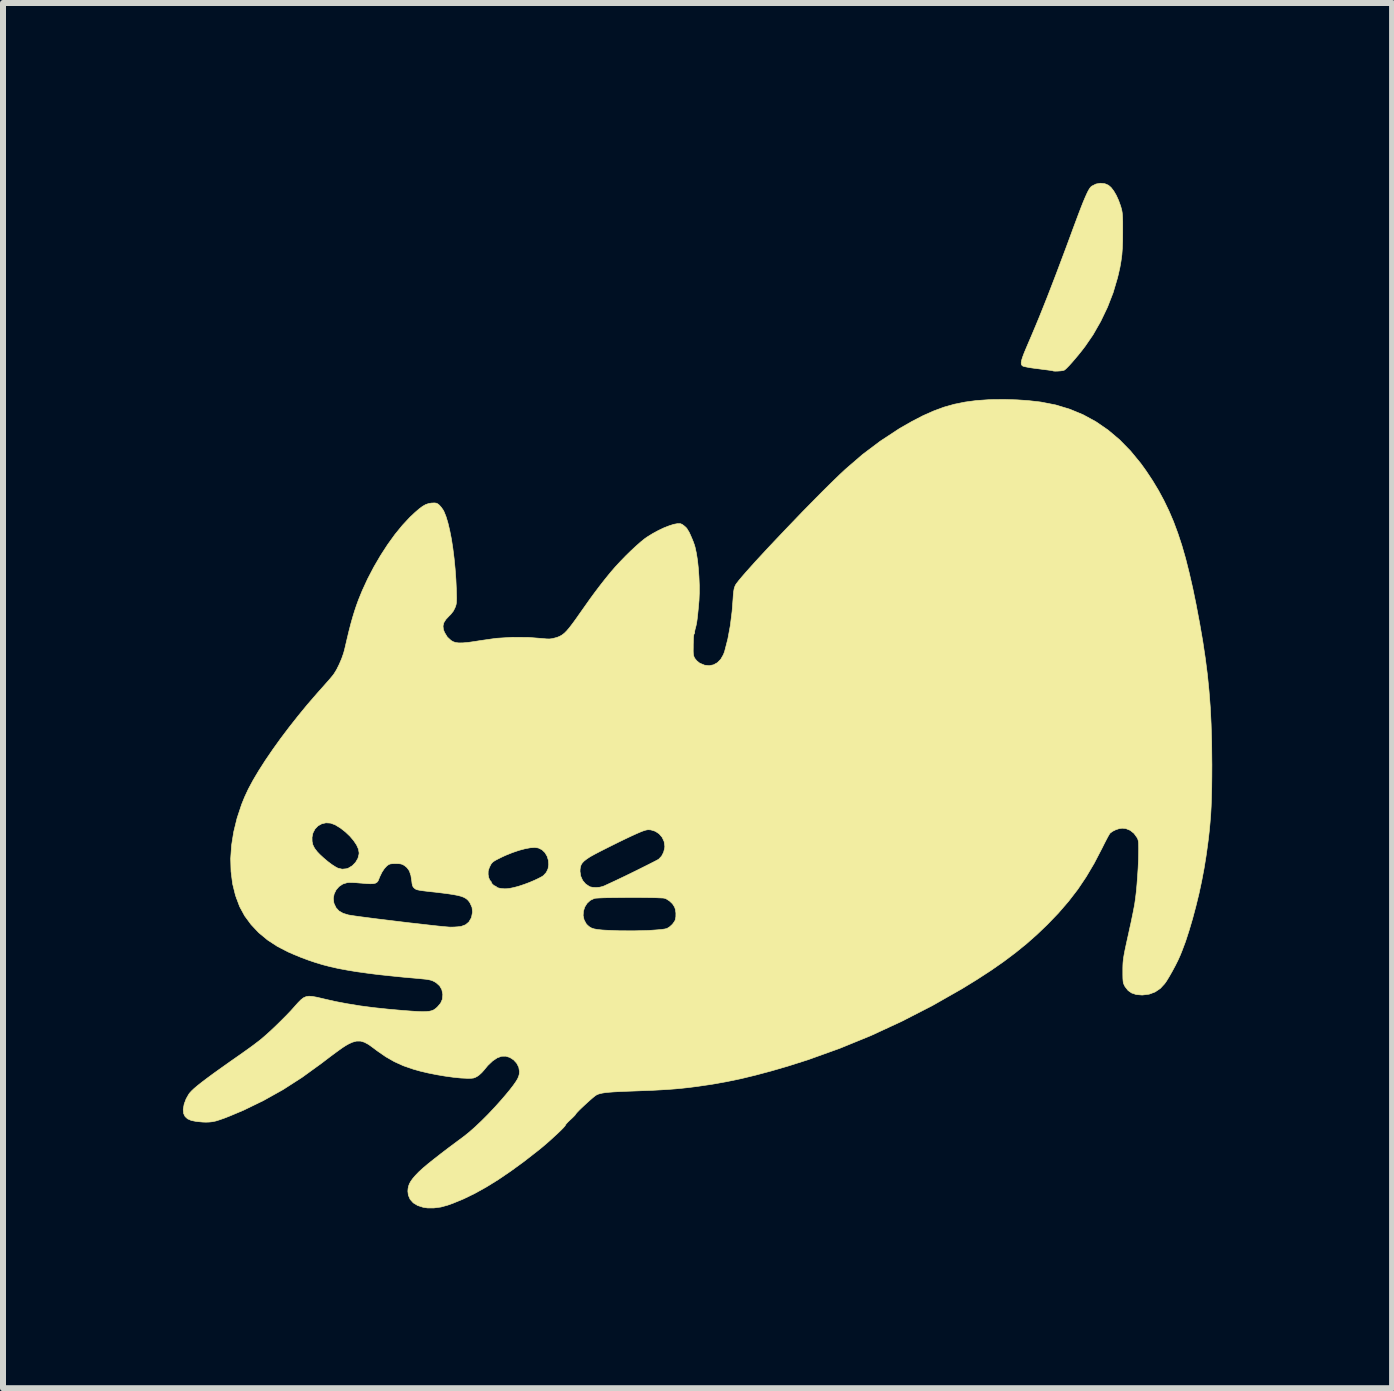
<source format=kicad_pcb>
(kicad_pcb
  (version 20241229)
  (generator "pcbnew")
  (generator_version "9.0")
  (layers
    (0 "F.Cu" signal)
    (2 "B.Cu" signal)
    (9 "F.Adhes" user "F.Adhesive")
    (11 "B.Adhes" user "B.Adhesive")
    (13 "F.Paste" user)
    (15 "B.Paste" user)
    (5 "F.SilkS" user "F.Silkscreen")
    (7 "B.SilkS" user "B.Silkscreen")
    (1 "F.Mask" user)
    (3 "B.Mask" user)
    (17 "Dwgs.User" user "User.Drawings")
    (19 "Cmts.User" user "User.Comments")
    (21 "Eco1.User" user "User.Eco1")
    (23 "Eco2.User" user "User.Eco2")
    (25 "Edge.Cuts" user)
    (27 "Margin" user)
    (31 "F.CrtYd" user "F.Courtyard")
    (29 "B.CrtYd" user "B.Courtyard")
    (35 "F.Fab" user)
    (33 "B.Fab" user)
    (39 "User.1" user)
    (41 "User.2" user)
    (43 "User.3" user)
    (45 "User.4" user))
  (footprint "CatE"
    (layer "F.Cu")
    (at 8.576 8.535)
    (property "Reference" "CatE" (at 0 0 0) (layer "F.SilkS") (effects (font (size 1.524 1.524) (thickness 0.3))))
    (attr through_hole)
    (fp_poly (pts (xy 6.795 -8.522) (xy 6.854 -8.497) (xy 6.897 -8.46) (xy 6.942 -8.402) (xy 6.985 -8.328) (xy 7.024 -8.242) (xy 7.058 -8.148) (xy 7.069 -8.109) (xy 7.077 -8.077) (xy 7.083 -8.043) (xy 7.087 -8.003) (xy 7.09 -7.954) (xy 7.092 -7.891) (xy 7.092 -7.81) (xy 7.092 -7.709) (xy 7.091 -7.568) (xy 7.086 -7.446) (xy 7.078 -7.337) (xy 7.064 -7.233) (xy 7.046 -7.129) (xy 7.021 -7.017) (xy 7.004 -6.948) (xy 6.932 -6.705) (xy 6.838 -6.463) (xy 6.725 -6.227) (xy 6.597 -6.003) (xy 6.466 -5.812) (xy 6.413 -5.743) (xy 6.357 -5.673) (xy 6.3 -5.605) (xy 6.246 -5.542) (xy 6.197 -5.488) (xy 6.157 -5.447) (xy 6.127 -5.42) (xy 6.116 -5.413) (xy 6.09 -5.406) (xy 6.051 -5.401) (xy 6.007 -5.398) (xy 5.966 -5.397) (xy 5.938 -5.399) (xy 5.93 -5.402) (xy 5.916 -5.405) (xy 5.881 -5.411) (xy 5.829 -5.418) (xy 5.764 -5.426) (xy 5.69 -5.436) (xy 5.69 -5.436) (xy 5.61 -5.446) (xy 5.54 -5.456) (xy 5.483 -5.467) (xy 5.443 -5.476) (xy 5.426 -5.482) (xy 5.41 -5.496) (xy 5.401 -5.515) (xy 5.4 -5.542) (xy 5.407 -5.58) (xy 5.423 -5.631) (xy 5.448 -5.698) (xy 5.484 -5.784) (xy 5.506 -5.836) (xy 5.572 -5.99) (xy 5.637 -6.144) (xy 5.702 -6.301) (xy 5.767 -6.463) (xy 5.835 -6.634) (xy 5.905 -6.815) (xy 5.98 -7.01) (xy 6.059 -7.22) (xy 6.145 -7.449) (xy 6.237 -7.698) (xy 6.25 -7.734) (xy 6.307 -7.887) (xy 6.356 -8.018) (xy 6.398 -8.128) (xy 6.434 -8.219) (xy 6.466 -8.294) (xy 6.492 -8.353) (xy 6.515 -8.4) (xy 6.535 -8.434) (xy 6.553 -8.46) (xy 6.57 -8.477) (xy 6.577 -8.482) (xy 6.646 -8.517) (xy 6.721 -8.53) (xy 6.795 -8.522)) (stroke (width 0.01) (type solid)) (fill yes) (layer "F.SilkS"))
    (fp_poly (pts (xy 5.327 -4.919) (xy 5.519 -4.906) (xy 5.696 -4.886) (xy 5.728 -4.882) (xy 5.974 -4.834) (xy 6.209 -4.763) (xy 6.433 -4.67) (xy 6.646 -4.554) (xy 6.848 -4.415) (xy 7.04 -4.253) (xy 7.222 -4.067) (xy 7.393 -3.859) (xy 7.483 -3.734) (xy 7.591 -3.571) (xy 7.689 -3.408) (xy 7.779 -3.241) (xy 7.862 -3.069) (xy 7.939 -2.889) (xy 8.01 -2.698) (xy 8.077 -2.495) (xy 8.14 -2.276) (xy 8.2 -2.038) (xy 8.259 -1.781) (xy 8.317 -1.5) (xy 8.317 -1.499) (xy 8.376 -1.186) (xy 8.427 -0.891) (xy 8.469 -0.61) (xy 8.504 -0.337) (xy 8.531 -0.066) (xy 8.552 0.207) (xy 8.566 0.488) (xy 8.575 0.781) (xy 8.578 1.093) (xy 8.579 1.162) (xy 8.578 1.363) (xy 8.576 1.543) (xy 8.572 1.706) (xy 8.567 1.856) (xy 8.559 1.998) (xy 8.548 2.135) (xy 8.535 2.273) (xy 8.519 2.415) (xy 8.499 2.565) (xy 8.482 2.686) (xy 8.449 2.891) (xy 8.409 3.102) (xy 8.363 3.317) (xy 8.311 3.529) (xy 8.256 3.735) (xy 8.198 3.931) (xy 8.139 4.113) (xy 8.078 4.275) (xy 8.053 4.337) (xy 8.015 4.422) (xy 7.969 4.514) (xy 7.919 4.607) (xy 7.869 4.695) (xy 7.822 4.772) (xy 7.791 4.816) (xy 7.718 4.895) (xy 7.632 4.953) (xy 7.533 4.99) (xy 7.423 5.004) (xy 7.41 5.004) (xy 7.317 4.996) (xy 7.242 4.971) (xy 7.182 4.929) (xy 7.132 4.866) (xy 7.121 4.845) (xy 7.11 4.822) (xy 7.102 4.798) (xy 7.098 4.767) (xy 7.095 4.725) (xy 7.094 4.666) (xy 7.094 4.61) (xy 7.094 4.559) (xy 7.095 4.513) (xy 7.097 4.47) (xy 7.101 4.428) (xy 7.107 4.381) (xy 7.116 4.328) (xy 7.128 4.265) (xy 7.144 4.189) (xy 7.164 4.097) (xy 7.189 3.985) (xy 7.208 3.896) (xy 7.228 3.808) (xy 7.247 3.716) (xy 7.265 3.628) (xy 7.28 3.551) (xy 7.29 3.499) (xy 7.304 3.403) (xy 7.318 3.287) (xy 7.33 3.158) (xy 7.34 3.021) (xy 7.349 2.884) (xy 7.355 2.751) (xy 7.357 2.647) (xy 7.358 2.567) (xy 7.357 2.508) (xy 7.356 2.466) (xy 7.352 2.435) (xy 7.346 2.412) (xy 7.338 2.392) (xy 7.332 2.381) (xy 7.281 2.31) (xy 7.218 2.259) (xy 7.144 2.229) (xy 7.084 2.223) (xy 7.033 2.23) (xy 6.976 2.249) (xy 6.923 2.275) (xy 6.883 2.305) (xy 6.879 2.309) (xy 6.867 2.328) (xy 6.845 2.366) (xy 6.817 2.419) (xy 6.784 2.483) (xy 6.748 2.555) (xy 6.742 2.567) (xy 6.616 2.809) (xy 6.484 3.032) (xy 6.343 3.242) (xy 6.189 3.442) (xy 6.018 3.64) (xy 5.836 3.829) (xy 5.667 3.991) (xy 5.492 4.146) (xy 5.306 4.297) (xy 5.108 4.446) (xy 4.894 4.595) (xy 4.662 4.746) (xy 4.413 4.899) (xy 3.914 5.183) (xy 3.407 5.443) (xy 2.893 5.681) (xy 2.372 5.894) (xy 1.846 6.083) (xy 1.509 6.19) (xy 1.234 6.27) (xy 0.975 6.339) (xy 0.728 6.399) (xy 0.487 6.449) (xy 0.246 6.492) (xy 0.000153 6.528) (xy -0.14 6.546) (xy -0.251 6.558) (xy -0.365 6.569) (xy -0.486 6.578) (xy -0.618 6.586) (xy -0.765 6.594) (xy -0.932 6.6) (xy -1.035 6.604) (xy -1.175 6.609) (xy -1.292 6.614) (xy -1.389 6.619) (xy -1.467 6.625) (xy -1.531 6.631) (xy -1.582 6.639) (xy -1.622 6.648) (xy -1.655 6.658) (xy -1.681 6.67) (xy -1.705 6.686) (xy -1.741 6.715) (xy -1.785 6.753) (xy -1.834 6.797) (xy -1.885 6.844) (xy -1.934 6.89) (xy -1.976 6.931) (xy -2.009 6.966) (xy -2.028 6.989) (xy -2.032 6.997) (xy -2.041 7.009) (xy -2.064 7.033) (xy -2.098 7.066) (xy -2.115 7.081) (xy -2.152 7.116) (xy -2.18 7.146) (xy -2.196 7.166) (xy -2.197 7.17) (xy -2.206 7.186) (xy -2.232 7.216) (xy -2.272 7.257) (xy -2.323 7.306) (xy -2.383 7.361) (xy -2.447 7.42) (xy -2.515 7.48) (xy -2.583 7.538) (xy -2.648 7.591) (xy -2.661 7.601) (xy -2.893 7.782) (xy -3.113 7.942) (xy -3.322 8.084) (xy -3.521 8.207) (xy -3.712 8.313) (xy -3.897 8.403) (xy -4.076 8.477) (xy -4.163 8.508) (xy -4.276 8.539) (xy -4.391 8.554) (xy -4.499 8.554) (xy -4.572 8.543) (xy -4.664 8.513) (xy -4.736 8.469) (xy -4.788 8.411) (xy -4.818 8.342) (xy -4.826 8.276) (xy -4.823 8.234) (xy -4.815 8.193) (xy -4.8 8.151) (xy -4.776 8.108) (xy -4.742 8.061) (xy -4.698 8.01) (xy -4.643 7.953) (xy -4.574 7.89) (xy -4.49 7.819) (xy -4.391 7.74) (xy -4.276 7.65) (xy -4.142 7.548) (xy -3.989 7.434) (xy -3.905 7.372) (xy -3.813 7.299) (xy -3.71 7.209) (xy -3.6 7.105) (xy -3.486 6.991) (xy -3.372 6.87) (xy -3.262 6.747) (xy -3.191 6.664) (xy -3.121 6.579) (xy -3.067 6.509) (xy -3.027 6.452) (xy -2.998 6.405) (xy -2.98 6.364) (xy -2.969 6.326) (xy -2.966 6.289) (xy -2.965 6.28) (xy -2.977 6.208) (xy -3.011 6.142) (xy -3.062 6.086) (xy -3.126 6.045) (xy -3.193 6.024) (xy -3.263 6.025) (xy -3.337 6.052) (xy -3.413 6.103) (xy -3.493 6.179) (xy -3.556 6.255) (xy -3.594 6.298) (xy -3.637 6.337) (xy -3.669 6.36) (xy -3.701 6.377) (xy -3.731 6.388) (xy -3.767 6.392) (xy -3.818 6.393) (xy -3.835 6.393) (xy -3.944 6.388) (xy -4.07 6.375) (xy -4.207 6.356) (xy -4.349 6.332) (xy -4.489 6.304) (xy -4.62 6.273) (xy -4.737 6.24) (xy -4.737 6.24) (xy -4.902 6.183) (xy -5.052 6.115) (xy -5.195 6.033) (xy -5.338 5.934) (xy -5.399 5.888) (xy -5.48 5.829) (xy -5.551 5.791) (xy -5.616 5.772) (xy -5.681 5.772) (xy -5.748 5.79) (xy -5.804 5.815) (xy -5.836 5.832) (xy -5.873 5.854) (xy -5.916 5.882) (xy -5.968 5.919) (xy -6.03 5.964) (xy -6.107 6.021) (xy -6.199 6.091) (xy -6.274 6.148) (xy -6.59 6.377) (xy -6.909 6.582) (xy -7.233 6.763) (xy -7.564 6.924) (xy -7.792 7.02) (xy -7.886 7.057) (xy -7.963 7.084) (xy -8.026 7.104) (xy -8.082 7.116) (xy -8.136 7.122) (xy -8.193 7.124) (xy -8.25 7.122) (xy -8.355 7.112) (xy -8.438 7.095) (xy -8.499 7.068) (xy -8.54 7.03) (xy -8.564 6.981) (xy -8.571 6.92) (xy -8.57 6.902) (xy -8.555 6.821) (xy -8.523 6.736) (xy -8.478 6.657) (xy -8.462 6.636) (xy -8.433 6.604) (xy -8.391 6.564) (xy -8.333 6.515) (xy -8.26 6.457) (xy -8.17 6.389) (xy -8.063 6.31) (xy -7.937 6.22) (xy -7.792 6.117) (xy -7.626 6.001) (xy -7.551 5.948) (xy -7.474 5.893) (xy -7.4 5.839) (xy -7.336 5.79) (xy -7.29 5.755) (xy -7.218 5.694) (xy -7.135 5.62) (xy -7.044 5.535) (xy -6.952 5.445) (xy -6.862 5.355) (xy -6.78 5.27) (xy -6.711 5.193) (xy -6.709 5.19) (xy -6.654 5.129) (xy -6.607 5.082) (xy -6.565 5.05) (xy -6.522 5.031) (xy -6.474 5.024) (xy -6.416 5.028) (xy -6.344 5.041) (xy -6.253 5.062) (xy -6.233 5.067) (xy -6.041 5.111) (xy -5.84 5.149) (xy -5.627 5.184) (xy -5.399 5.214) (xy -5.153 5.24) (xy -4.884 5.264) (xy -4.879 5.264) (xy -4.758 5.273) (xy -4.66 5.279) (xy -4.581 5.282) (xy -4.518 5.28) (xy -4.468 5.275) (xy -4.429 5.266) (xy -4.395 5.252) (xy -4.366 5.232) (xy -4.338 5.208) (xy -4.333 5.203) (xy -4.28 5.141) (xy -4.251 5.076) (xy -4.244 5.004) (xy -4.244 4.99) (xy -4.26 4.913) (xy -4.296 4.851) (xy -4.353 4.8) (xy -4.381 4.783) (xy -4.409 4.769) (xy -4.438 4.758) (xy -4.472 4.75) (xy -4.517 4.742) (xy -4.577 4.736) (xy -4.646 4.729) (xy -4.896 4.707) (xy -5.123 4.684) (xy -5.329 4.662) (xy -5.516 4.638) (xy -5.687 4.614) (xy -5.843 4.588) (xy -5.988 4.561) (xy -6.122 4.531) (xy -6.249 4.498) (xy -6.371 4.461) (xy -6.489 4.421) (xy -6.607 4.377) (xy -6.726 4.328) (xy -6.82 4.287) (xy -7.001 4.194) (xy -7.166 4.086) (xy -7.313 3.964) (xy -7.44 3.829) (xy -7.547 3.684) (xy -7.631 3.529) (xy -7.632 3.526) (xy -7.682 3.392) (xy -6.069 3.392) (xy -6.06 3.467) (xy -6.056 3.481) (xy -6.023 3.55) (xy -5.974 3.603) (xy -5.906 3.642) (xy -5.817 3.669) (xy -5.812 3.67) (xy -5.775 3.676) (xy -5.717 3.685) (xy -5.64 3.696) (xy -5.547 3.708) (xy -5.44 3.722) (xy -5.323 3.737) (xy -5.198 3.752) (xy -5.068 3.768) (xy -4.936 3.784) (xy -4.804 3.8) (xy -4.676 3.814) (xy -4.555 3.828) (xy -4.442 3.841) (xy -4.341 3.852) (xy -4.255 3.861) (xy -4.187 3.867) (xy -4.139 3.871) (xy -4.119 3.872) (xy -4.057 3.871) (xy -3.997 3.867) (xy -3.948 3.862) (xy -3.937 3.86) (xy -3.864 3.833) (xy -3.809 3.787) (xy -3.77 3.721) (xy -3.764 3.705) (xy -3.759 3.679) (xy -1.904 3.679) (xy -1.888 3.751) (xy -1.853 3.816) (xy -1.838 3.833) (xy -1.805 3.863) (xy -1.769 3.885) (xy -1.723 3.901) (xy -1.664 3.912) (xy -1.586 3.92) (xy -1.539 3.923) (xy -1.299 3.933) (xy -1.056 3.934) (xy -0.821 3.928) (xy -0.759 3.924) (xy -0.675 3.918) (xy -0.603 3.912) (xy -0.547 3.904) (xy -0.511 3.896) (xy -0.505 3.894) (xy -0.46 3.866) (xy -0.415 3.825) (xy -0.381 3.778) (xy -0.369 3.755) (xy -0.358 3.701) (xy -0.357 3.637) (xy -0.367 3.573) (xy -0.38 3.536) (xy -0.414 3.483) (xy -0.464 3.436) (xy -0.519 3.401) (xy -0.546 3.391) (xy -0.571 3.387) (xy -0.618 3.385) (xy -0.684 3.382) (xy -0.764 3.38) (xy -0.857 3.379) (xy -0.959 3.378) (xy -1.065 3.378) (xy -1.174 3.378) (xy -1.282 3.379) (xy -1.385 3.38) (xy -1.479 3.381) (xy -1.563 3.383) (xy -1.632 3.386) (xy -1.683 3.389) (xy -1.712 3.392) (xy -1.715 3.393) (xy -1.784 3.425) (xy -1.838 3.475) (xy -1.877 3.537) (xy -1.899 3.607) (xy -1.904 3.679) (xy -3.759 3.679) (xy -3.748 3.622) (xy -3.756 3.543) (xy -3.79 3.468) (xy -3.806 3.445) (xy -3.829 3.418) (xy -3.856 3.396) (xy -3.891 3.376) (xy -3.935 3.359) (xy -3.992 3.344) (xy -4.065 3.33) (xy -4.155 3.316) (xy -4.265 3.302) (xy -4.373 3.289) (xy -4.469 3.279) (xy -4.543 3.27) (xy -4.599 3.263) (xy -4.639 3.256) (xy -4.667 3.25) (xy -4.686 3.244) (xy -4.701 3.236) (xy -4.713 3.227) (xy -4.719 3.222) (xy -4.737 3.203) (xy -4.748 3.181) (xy -4.756 3.146) (xy -4.762 3.094) (xy -4.763 3.09) (xy -4.777 3.002) (xy -4.781 2.993) (xy -3.488 2.993) (xy -3.479 3.045) (xy -3.461 3.088) (xy -3.444 3.108) (xy -3.433 3.121) (xy -3.435 3.124) (xy -3.435 3.132) (xy -3.42 3.151) (xy -3.416 3.156) (xy -3.391 3.178) (xy -3.371 3.188) (xy -3.37 3.188) (xy -3.354 3.194) (xy -3.353 3.198) (xy -3.341 3.21) (xy -3.31 3.221) (xy -3.266 3.229) (xy -3.215 3.233) (xy -3.175 3.232) (xy -3.126 3.226) (xy -3.063 3.213) (xy -2.997 3.196) (xy -2.967 3.187) (xy -2.883 3.159) (xy -2.798 3.127) (xy -2.718 3.093) (xy -2.648 3.06) (xy -2.593 3.031) (xy -2.567 3.014) (xy -2.519 2.962) (xy -2.51 2.944) (xy -1.956 2.944) (xy -1.944 3.022) (xy -1.912 3.094) (xy -1.862 3.153) (xy -1.799 3.195) (xy -1.789 3.2) (xy -1.745 3.209) (xy -1.688 3.212) (xy -1.628 3.207) (xy -1.58 3.195) (xy -1.55 3.184) (xy -1.503 3.162) (xy -1.44 3.133) (xy -1.365 3.098) (xy -1.281 3.058) (xy -1.191 3.015) (xy -1.099 2.97) (xy -1.007 2.925) (xy -0.919 2.881) (xy -0.837 2.84) (xy -0.766 2.804) (xy -0.707 2.774) (xy -0.665 2.752) (xy -0.642 2.738) (xy -0.641 2.737) (xy -0.595 2.688) (xy -0.562 2.624) (xy -0.544 2.552) (xy -0.542 2.523) (xy -0.554 2.444) (xy -0.587 2.374) (xy -0.637 2.316) (xy -0.701 2.274) (xy -0.775 2.251) (xy -0.815 2.248) (xy -0.838 2.25) (xy -0.868 2.257) (xy -0.908 2.27) (xy -0.958 2.29) (xy -1.02 2.317) (xy -1.097 2.352) (xy -1.19 2.396) (xy -1.302 2.45) (xy -1.433 2.515) (xy -1.499 2.548) (xy -1.614 2.606) (xy -1.708 2.655) (xy -1.784 2.697) (xy -1.842 2.735) (xy -1.886 2.769) (xy -1.917 2.801) (xy -1.938 2.834) (xy -1.949 2.869) (xy -1.955 2.908) (xy -1.956 2.944) (xy -2.51 2.944) (xy -2.489 2.9) (xy -2.478 2.83) (xy -2.483 2.759) (xy -2.504 2.691) (xy -2.54 2.63) (xy -2.59 2.582) (xy -2.652 2.552) (xy -2.71 2.544) (xy -2.785 2.549) (xy -2.875 2.566) (xy -2.976 2.593) (xy -3.084 2.63) (xy -3.196 2.675) (xy -3.259 2.704) (xy -3.323 2.736) (xy -3.369 2.76) (xy -3.4 2.78) (xy -3.421 2.799) (xy -3.438 2.82) (xy -3.446 2.834) (xy -3.468 2.879) (xy -3.484 2.927) (xy -3.487 2.942) (xy -3.488 2.993) (xy -4.781 2.993) (xy -4.802 2.933) (xy -4.84 2.881) (xy -4.879 2.848) (xy -4.91 2.83) (xy -4.94 2.819) (xy -4.978 2.814) (xy -5.03 2.813) (xy -5.082 2.814) (xy -5.116 2.818) (xy -5.142 2.827) (xy -5.167 2.844) (xy -5.177 2.852) (xy -5.217 2.895) (xy -5.258 2.957) (xy -5.294 3.031) (xy -5.31 3.071) (xy -5.323 3.102) (xy -5.341 3.124) (xy -5.366 3.139) (xy -5.402 3.147) (xy -5.452 3.149) (xy -5.521 3.146) (xy -5.61 3.138) (xy -5.618 3.138) (xy -5.685 3.132) (xy -5.748 3.129) (xy -5.8 3.128) (xy -5.835 3.13) (xy -5.835 3.13) (xy -5.91 3.153) (xy -5.973 3.195) (xy -6.022 3.251) (xy -6.055 3.319) (xy -6.069 3.392) (xy -7.682 3.392) (xy -7.7 3.343) (xy -7.748 3.149) (xy -7.774 2.943) (xy -7.78 2.729) (xy -7.765 2.509) (xy -7.744 2.375) (xy -6.424 2.375) (xy -6.423 2.442) (xy -6.41 2.501) (xy -6.382 2.557) (xy -6.336 2.617) (xy -6.294 2.661) (xy -6.229 2.721) (xy -6.16 2.779) (xy -6.092 2.83) (xy -6.031 2.869) (xy -5.993 2.889) (xy -5.922 2.906) (xy -5.849 2.899) (xy -5.819 2.889) (xy -5.752 2.849) (xy -5.697 2.792) (xy -5.658 2.725) (xy -5.64 2.653) (xy -5.639 2.633) (xy -5.65 2.571) (xy -5.681 2.502) (xy -5.73 2.429) (xy -5.793 2.355) (xy -5.867 2.285) (xy -5.949 2.221) (xy -6.037 2.167) (xy -6.039 2.166) (xy -6.115 2.138) (xy -6.191 2.133) (xy -6.261 2.149) (xy -6.324 2.184) (xy -6.374 2.236) (xy -6.409 2.303) (xy -6.424 2.375) (xy -7.744 2.375) (xy -7.729 2.283) (xy -7.673 2.054) (xy -7.597 1.825) (xy -7.547 1.702) (xy -7.485 1.569) (xy -7.406 1.422) (xy -7.311 1.262) (xy -7.202 1.092) (xy -7.08 0.913) (xy -6.948 0.729) (xy -6.806 0.541) (xy -6.656 0.351) (xy -6.501 0.162) (xy -6.34 -0.024) (xy -6.249 -0.126) (xy -6.196 -0.186) (xy -6.146 -0.242) (xy -6.103 -0.293) (xy -6.071 -0.332) (xy -6.056 -0.353) (xy -6.013 -0.423) (xy -5.97 -0.51) (xy -5.93 -0.603) (xy -5.898 -0.694) (xy -5.881 -0.756) (xy -5.843 -0.919) (xy -5.809 -1.061) (xy -5.777 -1.185) (xy -5.746 -1.295) (xy -5.715 -1.396) (xy -5.684 -1.489) (xy -5.651 -1.58) (xy -5.614 -1.671) (xy -5.587 -1.737) (xy -5.496 -1.935) (xy -5.393 -2.132) (xy -5.281 -2.324) (xy -5.163 -2.506) (xy -5.041 -2.675) (xy -4.917 -2.827) (xy -4.795 -2.958) (xy -4.786 -2.967) (xy -4.706 -3.042) (xy -4.64 -3.099) (xy -4.583 -3.142) (xy -4.533 -3.171) (xy -4.486 -3.188) (xy -4.439 -3.197) (xy -4.427 -3.198) (xy -4.382 -3.2) (xy -4.352 -3.196) (xy -4.328 -3.185) (xy -4.301 -3.163) (xy -4.269 -3.127) (xy -4.237 -3.081) (xy -4.224 -3.057) (xy -4.19 -2.973) (xy -4.158 -2.867) (xy -4.128 -2.741) (xy -4.1 -2.599) (xy -4.076 -2.443) (xy -4.055 -2.276) (xy -4.038 -2.101) (xy -4.025 -1.921) (xy -4.018 -1.77) (xy -4.016 -1.685) (xy -4.014 -1.621) (xy -4.015 -1.574) (xy -4.017 -1.538) (xy -4.021 -1.51) (xy -4.028 -1.485) (xy -4.038 -1.458) (xy -4.038 -1.457) (xy -4.068 -1.397) (xy -4.112 -1.341) (xy -4.136 -1.318) (xy -4.193 -1.257) (xy -4.227 -1.202) (xy -4.24 -1.148) (xy -4.234 -1.091) (xy -4.215 -1.041) (xy -4.168 -0.964) (xy -4.105 -0.906) (xy -4.072 -0.887) (xy -4.032 -0.873) (xy -3.977 -0.866) (xy -3.906 -0.867) (xy -3.817 -0.875) (xy -3.706 -0.891) (xy -3.619 -0.905) (xy -3.353 -0.943) (xy -3.083 -0.96) (xy -2.816 -0.958) (xy -2.575 -0.939) (xy -2.513 -0.933) (xy -2.465 -0.932) (xy -2.422 -0.937) (xy -2.385 -0.946) (xy -2.337 -0.959) (xy -2.295 -0.976) (xy -2.256 -0.998) (xy -2.217 -1.028) (xy -2.177 -1.068) (xy -2.132 -1.121) (xy -2.08 -1.189) (xy -2.018 -1.274) (xy -1.974 -1.337) (xy -1.873 -1.48) (xy -1.784 -1.606) (xy -1.703 -1.716) (xy -1.628 -1.815) (xy -1.557 -1.906) (xy -1.487 -1.993) (xy -1.436 -2.055) (xy -1.363 -2.139) (xy -1.281 -2.227) (xy -1.195 -2.316) (xy -1.108 -2.401) (xy -1.023 -2.48) (xy -0.945 -2.549) (xy -0.877 -2.604) (xy -0.837 -2.632) (xy -0.745 -2.689) (xy -0.651 -2.74) (xy -0.559 -2.784) (xy -0.472 -2.818) (xy -0.395 -2.843) (xy -0.33 -2.855) (xy -0.281 -2.854) (xy -0.278 -2.853) (xy -0.251 -2.841) (xy -0.22 -2.818) (xy -0.19 -2.792) (xy -0.17 -2.768) (xy -0.165 -2.757) (xy -0.156 -2.742) (xy -0.155 -2.741) (xy -0.145 -2.728) (xy -0.129 -2.696) (xy -0.109 -2.652) (xy -0.087 -2.601) (xy -0.066 -2.549) (xy -0.049 -2.501) (xy -0.038 -2.464) (xy -0.016 -2.363) (xy 0.003 -2.243) (xy 0.017 -2.11) (xy 0.027 -1.97) (xy 0.033 -1.83) (xy 0.033 -1.695) (xy 0.028 -1.571) (xy 0.025 -1.54) (xy 0.015 -1.429) (xy 0.006 -1.34) (xy -0.002 -1.268) (xy -0.01 -1.211) (xy -0.019 -1.164) (xy -0.029 -1.123) (xy -0.037 -1.094) (xy -0.044 -1.062) (xy -0.044 -1.042) (xy -0.044 -1.04) (xy -0.046 -1.026) (xy -0.049 -1.024) (xy -0.055 -1.015) (xy -0.06 -0.994) (xy -0.064 -0.96) (xy -0.066 -0.908) (xy -0.068 -0.836) (xy -0.068 -0.794) (xy -0.069 -0.73) (xy -0.067 -0.686) (xy -0.062 -0.655) (xy -0.054 -0.631) (xy -0.041 -0.607) (xy -0.04 -0.606) (xy -0.01 -0.569) (xy 0.03 -0.536) (xy 0.042 -0.528) (xy 0.121 -0.495) (xy 0.198 -0.487) (xy 0.27 -0.501) (xy 0.335 -0.537) (xy 0.391 -0.594) (xy 0.435 -0.671) (xy 0.455 -0.724) (xy 0.509 -0.934) (xy 0.55 -1.156) (xy 0.58 -1.396) (xy 0.595 -1.594) (xy 0.6 -1.669) (xy 0.606 -1.725) (xy 0.613 -1.766) (xy 0.622 -1.798) (xy 0.634 -1.826) (xy 0.636 -1.831) (xy 0.656 -1.861) (xy 0.692 -1.907) (xy 0.743 -1.968) (xy 0.807 -2.042) (xy 0.884 -2.128) (xy 0.97 -2.224) (xy 1.066 -2.328) (xy 1.17 -2.44) (xy 1.28 -2.557) (xy 1.394 -2.677) (xy 1.511 -2.8) (xy 1.63 -2.924) (xy 1.748 -3.047) (xy 1.866 -3.167) (xy 1.981 -3.284) (xy 2.091 -3.395) (xy 2.195 -3.498) (xy 2.292 -3.593) (xy 2.38 -3.678) (xy 2.458 -3.751) (xy 2.47 -3.762) (xy 2.755 -4.008) (xy 3.05 -4.23) (xy 3.353 -4.429) (xy 3.378 -4.445) (xy 3.576 -4.558) (xy 3.761 -4.654) (xy 3.939 -4.733) (xy 4.112 -4.797) (xy 4.286 -4.846) (xy 4.465 -4.882) (xy 4.653 -4.907) (xy 4.854 -4.921) (xy 4.94 -4.924) (xy 5.131 -4.925) (xy 5.327 -4.919)) (stroke (width 0.01) (type solid)) (fill yes) (layer "F.SilkS")))
  (gr_rect
    (start -3 -3)
    (end 20.159 20.094)
    (stroke (width 0.1) (type default))
    (fill no)
    (layer "Edge.Cuts")))
</source>
